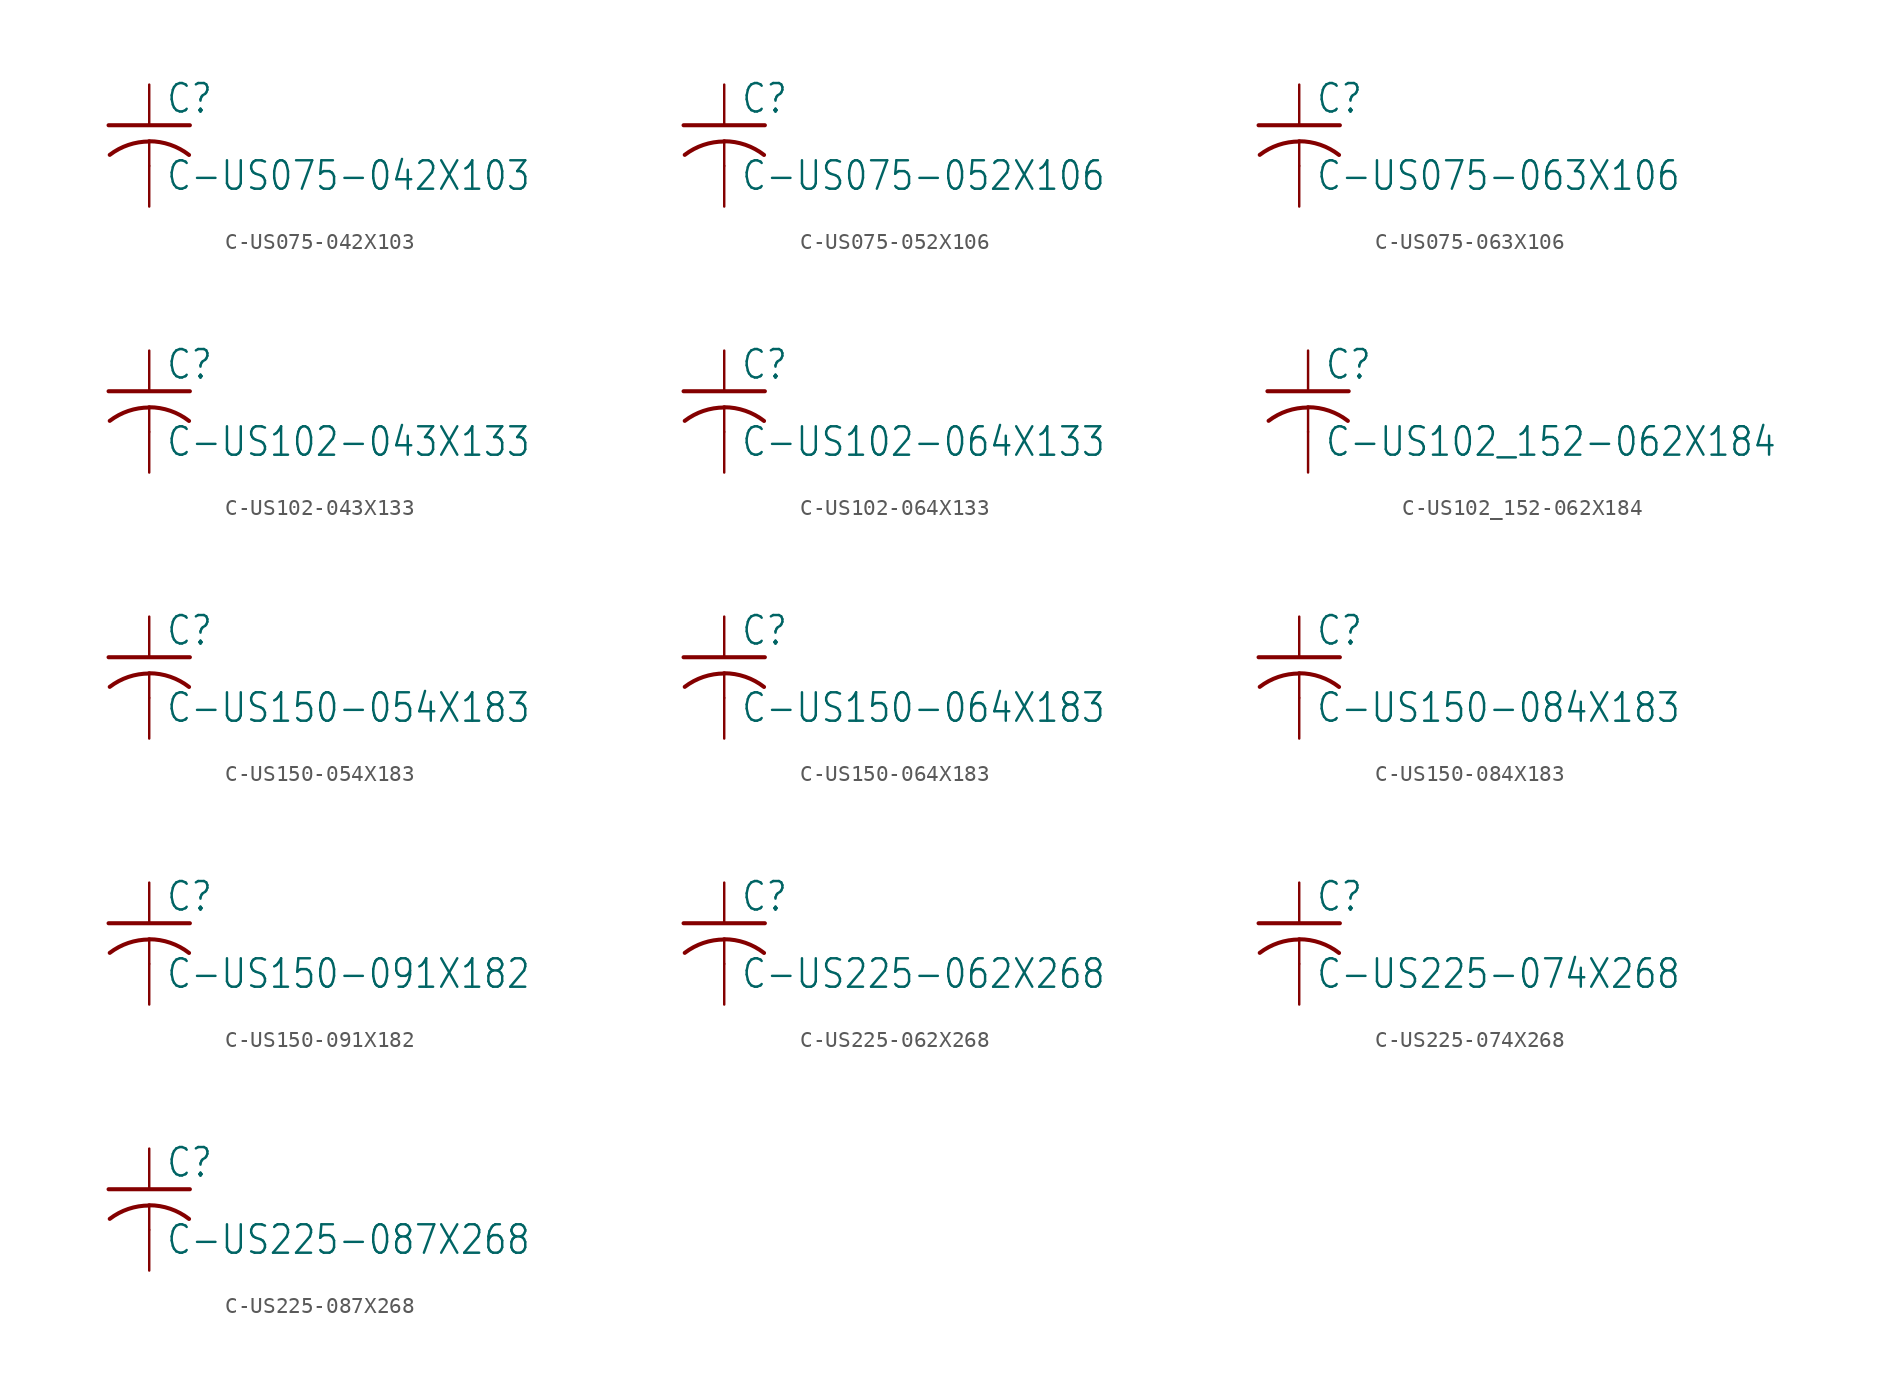
<source format=kicad_sym>
(kicad_symbol_lib
  (version 20220331)
  (generator kicad_symbol_editor)
  (symbol "C-US075-042X103"
    (property "Reference" "C"
      (at 1.016 0.635 0)
      (effects (font (size 1.778 1.511)) (justify left bottom)))
    (property "Value" "C-US075-042X103"
      (at 1.016 -4.191 0)
      (effects (font (size 1.778 1.511)) (justify left bottom)))
    (property "ki_locked" ""
      (at 0 0 0)
      (effects (font (size 1.27 1.27))))
    (symbol "C-US075-042X103_1_0"
      (arc (start 0 -1.0161) (mid -1.302 -1.2303) (end -2.4668 -1.8504) (stroke (width 0.254) (type solid)) (fill (type none)))
      (polyline (pts (xy -2.54 0) (xy 2.54 0)) (stroke (width 0.254) (type solid)) (fill (type none)))
      (polyline (pts (xy 0 -1.016) (xy 0 -2.54)) (stroke (width 0.152) (type solid)) (fill (type none)))
      (arc (start 2.4892 -1.8542) (mid 1.3158 -1.2195) (end 0 -1) (stroke (width 0.254) (type solid)) (fill (type none)))
      (pin passive line (at 0 2.54 270) (length 2.54) (name "1" (effects (font (size 0 0)))) (number "1" (effects (font (size 0 0)))))
      (pin passive line (at 0 -5.08 90) (length 2.54) (name "2" (effects (font (size 0 0)))) (number "2" (effects (font (size 0 0)))))))
  (symbol "C-US075-052X106"
    (property "Reference" "C"
      (at 1.016 0.635 0)
      (effects (font (size 1.778 1.511)) (justify left bottom)))
    (property "Value" "C-US075-052X106"
      (at 1.016 -4.191 0)
      (effects (font (size 1.778 1.511)) (justify left bottom)))
    (property "ki_locked" ""
      (at 0 0 0)
      (effects (font (size 1.27 1.27))))
    (symbol "C-US075-052X106_1_0"
      (arc (start 0 -1.0161) (mid -1.302 -1.2303) (end -2.4668 -1.8504) (stroke (width 0.254) (type solid)) (fill (type none)))
      (polyline (pts (xy -2.54 0) (xy 2.54 0)) (stroke (width 0.254) (type solid)) (fill (type none)))
      (polyline (pts (xy 0 -1.016) (xy 0 -2.54)) (stroke (width 0.152) (type solid)) (fill (type none)))
      (arc (start 2.4892 -1.8542) (mid 1.3158 -1.2195) (end 0 -1) (stroke (width 0.254) (type solid)) (fill (type none)))
      (pin passive line (at 0 2.54 270) (length 2.54) (name "1" (effects (font (size 0 0)))) (number "1" (effects (font (size 0 0)))))
      (pin passive line (at 0 -5.08 90) (length 2.54) (name "2" (effects (font (size 0 0)))) (number "2" (effects (font (size 0 0)))))))
  (symbol "C-US075-063X106"
    (property "Reference" "C"
      (at 1.016 0.635 0)
      (effects (font (size 1.778 1.511)) (justify left bottom)))
    (property "Value" "C-US075-063X106"
      (at 1.016 -4.191 0)
      (effects (font (size 1.778 1.511)) (justify left bottom)))
    (property "ki_locked" ""
      (at 0 0 0)
      (effects (font (size 1.27 1.27))))
    (symbol "C-US075-063X106_1_0"
      (arc (start 0 -1.0161) (mid -1.302 -1.2303) (end -2.4668 -1.8504) (stroke (width 0.254) (type solid)) (fill (type none)))
      (polyline (pts (xy -2.54 0) (xy 2.54 0)) (stroke (width 0.254) (type solid)) (fill (type none)))
      (polyline (pts (xy 0 -1.016) (xy 0 -2.54)) (stroke (width 0.152) (type solid)) (fill (type none)))
      (arc (start 2.4892 -1.8542) (mid 1.3158 -1.2195) (end 0 -1) (stroke (width 0.254) (type solid)) (fill (type none)))
      (pin passive line (at 0 2.54 270) (length 2.54) (name "1" (effects (font (size 0 0)))) (number "1" (effects (font (size 0 0)))))
      (pin passive line (at 0 -5.08 90) (length 2.54) (name "2" (effects (font (size 0 0)))) (number "2" (effects (font (size 0 0)))))))
  (symbol "C-US102-043X133"
    (property "Reference" "C"
      (at 1.016 0.635 0)
      (effects (font (size 1.778 1.511)) (justify left bottom)))
    (property "Value" "C-US102-043X133"
      (at 1.016 -4.191 0)
      (effects (font (size 1.778 1.511)) (justify left bottom)))
    (property "ki_locked" ""
      (at 0 0 0)
      (effects (font (size 1.27 1.27))))
    (symbol "C-US102-043X133_1_0"
      (arc (start 0 -1.0161) (mid -1.302 -1.2303) (end -2.4668 -1.8504) (stroke (width 0.254) (type solid)) (fill (type none)))
      (polyline (pts (xy -2.54 0) (xy 2.54 0)) (stroke (width 0.254) (type solid)) (fill (type none)))
      (polyline (pts (xy 0 -1.016) (xy 0 -2.54)) (stroke (width 0.152) (type solid)) (fill (type none)))
      (arc (start 2.4892 -1.8542) (mid 1.3158 -1.2195) (end 0 -1) (stroke (width 0.254) (type solid)) (fill (type none)))
      (pin passive line (at 0 2.54 270) (length 2.54) (name "1" (effects (font (size 0 0)))) (number "1" (effects (font (size 0 0)))))
      (pin passive line (at 0 -5.08 90) (length 2.54) (name "2" (effects (font (size 0 0)))) (number "2" (effects (font (size 0 0)))))))
  (symbol "C-US102-064X133"
    (property "Reference" "C"
      (at 1.016 0.635 0)
      (effects (font (size 1.778 1.511)) (justify left bottom)))
    (property "Value" "C-US102-064X133"
      (at 1.016 -4.191 0)
      (effects (font (size 1.778 1.511)) (justify left bottom)))
    (property "ki_locked" ""
      (at 0 0 0)
      (effects (font (size 1.27 1.27))))
    (symbol "C-US102-064X133_1_0"
      (arc (start 0 -1.0161) (mid -1.302 -1.2303) (end -2.4668 -1.8504) (stroke (width 0.254) (type solid)) (fill (type none)))
      (polyline (pts (xy -2.54 0) (xy 2.54 0)) (stroke (width 0.254) (type solid)) (fill (type none)))
      (polyline (pts (xy 0 -1.016) (xy 0 -2.54)) (stroke (width 0.152) (type solid)) (fill (type none)))
      (arc (start 2.4892 -1.8542) (mid 1.3158 -1.2195) (end 0 -1) (stroke (width 0.254) (type solid)) (fill (type none)))
      (pin passive line (at 0 2.54 270) (length 2.54) (name "1" (effects (font (size 0 0)))) (number "1" (effects (font (size 0 0)))))
      (pin passive line (at 0 -5.08 90) (length 2.54) (name "2" (effects (font (size 0 0)))) (number "2" (effects (font (size 0 0)))))))
  (symbol "C-US102_152-062X184"
    (property "Reference" "C"
      (at 1.016 0.635 0)
      (effects (font (size 1.778 1.511)) (justify left bottom)))
    (property "Value" "C-US102_152-062X184"
      (at 1.016 -4.191 0)
      (effects (font (size 1.778 1.511)) (justify left bottom)))
    (property "ki_locked" ""
      (at 0 0 0)
      (effects (font (size 1.27 1.27))))
    (symbol "C-US102_152-062X184_1_0"
      (arc (start 0 -1.0161) (mid -1.302 -1.2303) (end -2.4668 -1.8504) (stroke (width 0.254) (type solid)) (fill (type none)))
      (polyline (pts (xy -2.54 0) (xy 2.54 0)) (stroke (width 0.254) (type solid)) (fill (type none)))
      (polyline (pts (xy 0 -1.016) (xy 0 -2.54)) (stroke (width 0.152) (type solid)) (fill (type none)))
      (arc (start 2.4892 -1.8542) (mid 1.3158 -1.2195) (end 0 -1) (stroke (width 0.254) (type solid)) (fill (type none)))
      (pin passive line (at 0 2.54 270) (length 2.54) (name "1" (effects (font (size 0 0)))) (number "1" (effects (font (size 0 0)))))
      (pin passive line (at 0 -5.08 90) (length 2.54) (name "2" (effects (font (size 0 0)))) (number "2" (effects (font (size 0 0)))))))
  (symbol "C-US150-054X183"
    (property "Reference" "C"
      (at 1.016 0.635 0)
      (effects (font (size 1.778 1.511)) (justify left bottom)))
    (property "Value" "C-US150-054X183"
      (at 1.016 -4.191 0)
      (effects (font (size 1.778 1.511)) (justify left bottom)))
    (property "ki_locked" ""
      (at 0 0 0)
      (effects (font (size 1.27 1.27))))
    (symbol "C-US150-054X183_1_0"
      (arc (start 0 -1.0161) (mid -1.302 -1.2303) (end -2.4668 -1.8504) (stroke (width 0.254) (type solid)) (fill (type none)))
      (polyline (pts (xy -2.54 0) (xy 2.54 0)) (stroke (width 0.254) (type solid)) (fill (type none)))
      (polyline (pts (xy 0 -1.016) (xy 0 -2.54)) (stroke (width 0.152) (type solid)) (fill (type none)))
      (arc (start 2.4892 -1.8542) (mid 1.3158 -1.2195) (end 0 -1) (stroke (width 0.254) (type solid)) (fill (type none)))
      (pin passive line (at 0 2.54 270) (length 2.54) (name "1" (effects (font (size 0 0)))) (number "1" (effects (font (size 0 0)))))
      (pin passive line (at 0 -5.08 90) (length 2.54) (name "2" (effects (font (size 0 0)))) (number "2" (effects (font (size 0 0)))))))
  (symbol "C-US150-064X183"
    (property "Reference" "C"
      (at 1.016 0.635 0)
      (effects (font (size 1.778 1.511)) (justify left bottom)))
    (property "Value" "C-US150-064X183"
      (at 1.016 -4.191 0)
      (effects (font (size 1.778 1.511)) (justify left bottom)))
    (property "ki_locked" ""
      (at 0 0 0)
      (effects (font (size 1.27 1.27))))
    (symbol "C-US150-064X183_1_0"
      (arc (start 0 -1.0161) (mid -1.302 -1.2303) (end -2.4668 -1.8504) (stroke (width 0.254) (type solid)) (fill (type none)))
      (polyline (pts (xy -2.54 0) (xy 2.54 0)) (stroke (width 0.254) (type solid)) (fill (type none)))
      (polyline (pts (xy 0 -1.016) (xy 0 -2.54)) (stroke (width 0.152) (type solid)) (fill (type none)))
      (arc (start 2.4892 -1.8542) (mid 1.3158 -1.2195) (end 0 -1) (stroke (width 0.254) (type solid)) (fill (type none)))
      (pin passive line (at 0 2.54 270) (length 2.54) (name "1" (effects (font (size 0 0)))) (number "1" (effects (font (size 0 0)))))
      (pin passive line (at 0 -5.08 90) (length 2.54) (name "2" (effects (font (size 0 0)))) (number "2" (effects (font (size 0 0)))))))
  (symbol "C-US150-084X183"
    (property "Reference" "C"
      (at 1.016 0.635 0)
      (effects (font (size 1.778 1.511)) (justify left bottom)))
    (property "Value" "C-US150-084X183"
      (at 1.016 -4.191 0)
      (effects (font (size 1.778 1.511)) (justify left bottom)))
    (property "ki_locked" ""
      (at 0 0 0)
      (effects (font (size 1.27 1.27))))
    (symbol "C-US150-084X183_1_0"
      (arc (start 0 -1.0161) (mid -1.302 -1.2303) (end -2.4668 -1.8504) (stroke (width 0.254) (type solid)) (fill (type none)))
      (polyline (pts (xy -2.54 0) (xy 2.54 0)) (stroke (width 0.254) (type solid)) (fill (type none)))
      (polyline (pts (xy 0 -1.016) (xy 0 -2.54)) (stroke (width 0.152) (type solid)) (fill (type none)))
      (arc (start 2.4892 -1.8542) (mid 1.3158 -1.2195) (end 0 -1) (stroke (width 0.254) (type solid)) (fill (type none)))
      (pin passive line (at 0 2.54 270) (length 2.54) (name "1" (effects (font (size 0 0)))) (number "1" (effects (font (size 0 0)))))
      (pin passive line (at 0 -5.08 90) (length 2.54) (name "2" (effects (font (size 0 0)))) (number "2" (effects (font (size 0 0)))))))
  (symbol "C-US150-091X182"
    (property "Reference" "C"
      (at 1.016 0.635 0)
      (effects (font (size 1.778 1.511)) (justify left bottom)))
    (property "Value" "C-US150-091X182"
      (at 1.016 -4.191 0)
      (effects (font (size 1.778 1.511)) (justify left bottom)))
    (property "ki_locked" ""
      (at 0 0 0)
      (effects (font (size 1.27 1.27))))
    (symbol "C-US150-091X182_1_0"
      (arc (start 0 -1.0161) (mid -1.302 -1.2303) (end -2.4668 -1.8504) (stroke (width 0.254) (type solid)) (fill (type none)))
      (polyline (pts (xy -2.54 0) (xy 2.54 0)) (stroke (width 0.254) (type solid)) (fill (type none)))
      (polyline (pts (xy 0 -1.016) (xy 0 -2.54)) (stroke (width 0.152) (type solid)) (fill (type none)))
      (arc (start 2.4892 -1.8542) (mid 1.3158 -1.2195) (end 0 -1) (stroke (width 0.254) (type solid)) (fill (type none)))
      (pin passive line (at 0 2.54 270) (length 2.54) (name "1" (effects (font (size 0 0)))) (number "1" (effects (font (size 0 0)))))
      (pin passive line (at 0 -5.08 90) (length 2.54) (name "2" (effects (font (size 0 0)))) (number "2" (effects (font (size 0 0)))))))
  (symbol "C-US225-062X268"
    (property "Reference" "C"
      (at 1.016 0.635 0)
      (effects (font (size 1.778 1.511)) (justify left bottom)))
    (property "Value" "C-US225-062X268"
      (at 1.016 -4.191 0)
      (effects (font (size 1.778 1.511)) (justify left bottom)))
    (property "ki_locked" ""
      (at 0 0 0)
      (effects (font (size 1.27 1.27))))
    (symbol "C-US225-062X268_1_0"
      (arc (start 0 -1.0161) (mid -1.302 -1.2303) (end -2.4668 -1.8504) (stroke (width 0.254) (type solid)) (fill (type none)))
      (polyline (pts (xy -2.54 0) (xy 2.54 0)) (stroke (width 0.254) (type solid)) (fill (type none)))
      (polyline (pts (xy 0 -1.016) (xy 0 -2.54)) (stroke (width 0.152) (type solid)) (fill (type none)))
      (arc (start 2.4892 -1.8542) (mid 1.3158 -1.2195) (end 0 -1) (stroke (width 0.254) (type solid)) (fill (type none)))
      (pin passive line (at 0 2.54 270) (length 2.54) (name "1" (effects (font (size 0 0)))) (number "1" (effects (font (size 0 0)))))
      (pin passive line (at 0 -5.08 90) (length 2.54) (name "2" (effects (font (size 0 0)))) (number "2" (effects (font (size 0 0)))))))
  (symbol "C-US225-074X268"
    (property "Reference" "C"
      (at 1.016 0.635 0)
      (effects (font (size 1.778 1.511)) (justify left bottom)))
    (property "Value" "C-US225-074X268"
      (at 1.016 -4.191 0)
      (effects (font (size 1.778 1.511)) (justify left bottom)))
    (property "ki_locked" ""
      (at 0 0 0)
      (effects (font (size 1.27 1.27))))
    (symbol "C-US225-074X268_1_0"
      (arc (start 0 -1.0161) (mid -1.302 -1.2303) (end -2.4668 -1.8504) (stroke (width 0.254) (type solid)) (fill (type none)))
      (polyline (pts (xy -2.54 0) (xy 2.54 0)) (stroke (width 0.254) (type solid)) (fill (type none)))
      (polyline (pts (xy 0 -1.016) (xy 0 -2.54)) (stroke (width 0.152) (type solid)) (fill (type none)))
      (arc (start 2.4892 -1.8542) (mid 1.3158 -1.2195) (end 0 -1) (stroke (width 0.254) (type solid)) (fill (type none)))
      (pin passive line (at 0 2.54 270) (length 2.54) (name "1" (effects (font (size 0 0)))) (number "1" (effects (font (size 0 0)))))
      (pin passive line (at 0 -5.08 90) (length 2.54) (name "2" (effects (font (size 0 0)))) (number "2" (effects (font (size 0 0)))))))
  (symbol "C-US225-087X268"
    (property "Reference" "C"
      (at 1.016 0.635 0)
      (effects (font (size 1.778 1.511)) (justify left bottom)))
    (property "Value" "C-US225-087X268"
      (at 1.016 -4.191 0)
      (effects (font (size 1.778 1.511)) (justify left bottom)))
    (property "ki_locked" ""
      (at 0 0 0)
      (effects (font (size 1.27 1.27))))
    (symbol "C-US225-087X268_1_0"
      (arc (start 0 -1.0161) (mid -1.302 -1.2303) (end -2.4668 -1.8504) (stroke (width 0.254) (type solid)) (fill (type none)))
      (polyline (pts (xy -2.54 0) (xy 2.54 0)) (stroke (width 0.254) (type solid)) (fill (type none)))
      (polyline (pts (xy 0 -1.016) (xy 0 -2.54)) (stroke (width 0.152) (type solid)) (fill (type none)))
      (arc (start 2.4892 -1.8542) (mid 1.3158 -1.2195) (end 0 -1) (stroke (width 0.254) (type solid)) (fill (type none)))
      (pin passive line (at 0 2.54 270) (length 2.54) (name "1" (effects (font (size 0 0)))) (number "1" (effects (font (size 0 0)))))
      (pin passive line (at 0 -5.08 90) (length 2.54) (name "2" (effects (font (size 0 0)))) (number "2" (effects (font (size 0 0))))))))
</source>
